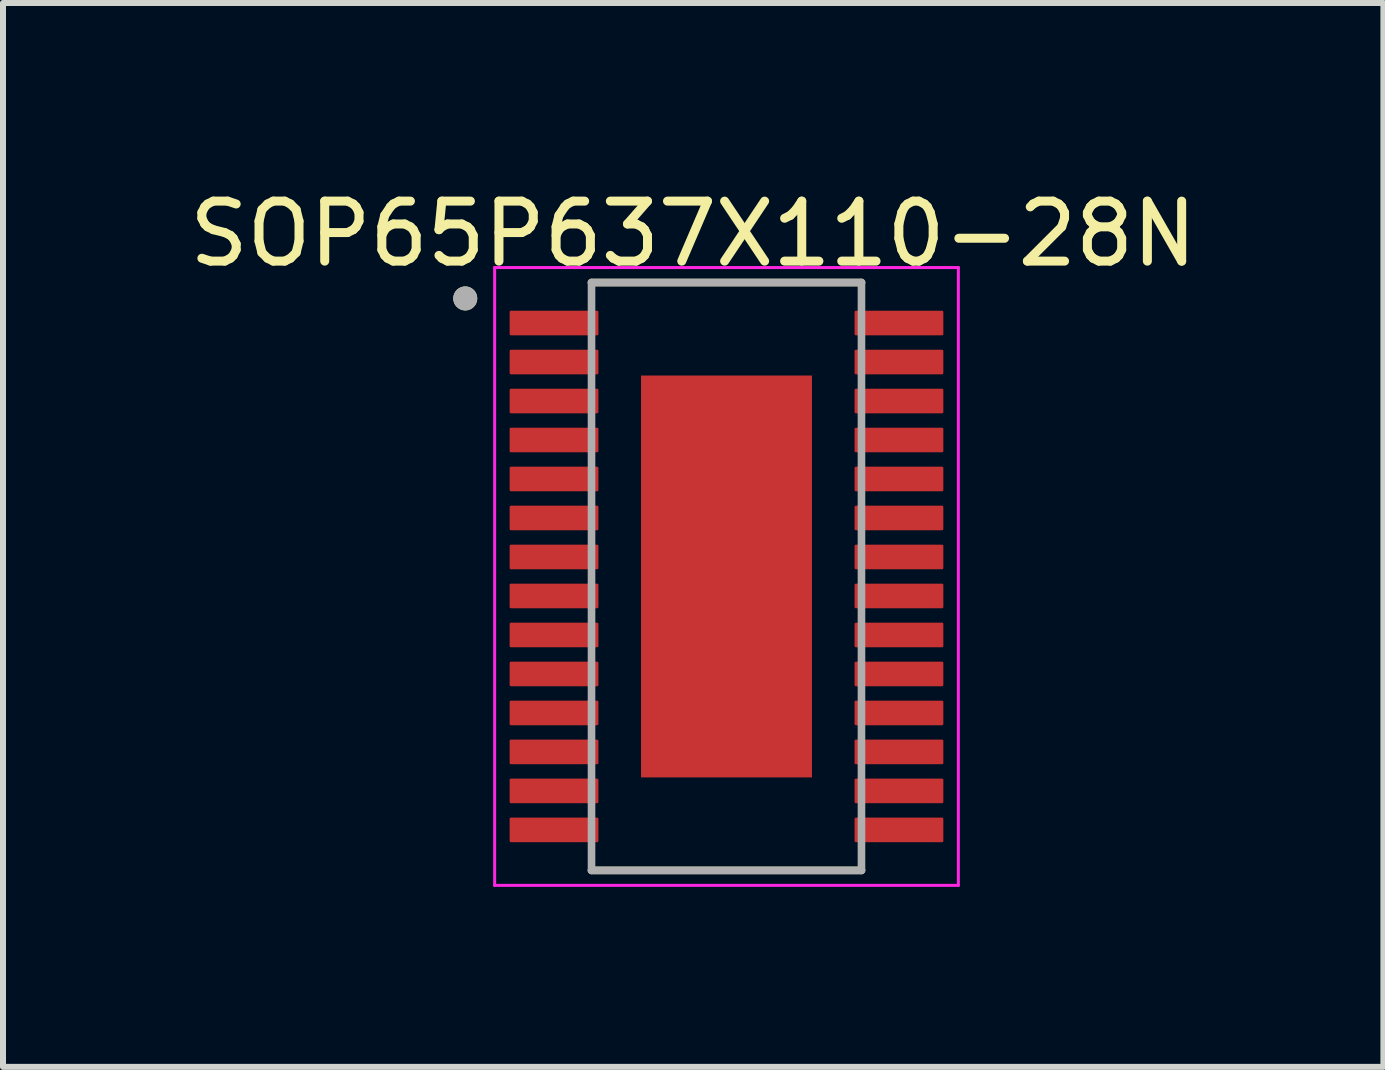
<source format=kicad_pcb>
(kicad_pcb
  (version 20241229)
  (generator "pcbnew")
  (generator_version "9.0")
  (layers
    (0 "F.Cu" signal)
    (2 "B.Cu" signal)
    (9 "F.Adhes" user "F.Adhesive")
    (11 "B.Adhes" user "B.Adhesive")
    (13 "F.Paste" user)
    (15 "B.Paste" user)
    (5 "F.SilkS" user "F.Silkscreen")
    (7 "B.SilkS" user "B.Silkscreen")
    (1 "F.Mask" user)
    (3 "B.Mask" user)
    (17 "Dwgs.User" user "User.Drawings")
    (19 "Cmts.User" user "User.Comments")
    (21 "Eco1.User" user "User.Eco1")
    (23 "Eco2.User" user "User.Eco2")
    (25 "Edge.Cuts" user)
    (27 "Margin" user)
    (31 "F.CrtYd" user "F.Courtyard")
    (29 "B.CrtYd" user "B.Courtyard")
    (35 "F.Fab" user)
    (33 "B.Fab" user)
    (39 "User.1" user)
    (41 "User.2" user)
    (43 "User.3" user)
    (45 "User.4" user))
  (footprint "SOP65P637X110-28N"
    (layer "F.Cu")
    (at 9.061 6.56)
    (property "Reference" "SOP65P637X110-28N" (at -0.555 -5.712 0) (layer "F.SilkS") (effects (font (size 1 1) (thickness 0.15))))
    (attr through_hole)
    (fp_line (start -2.25 -4.9) (end 2.25 -4.9) (stroke (width 0.127) (type solid)) (layer "F.SilkS"))
    (fp_line (start -2.25 4.9) (end 2.25 4.9) (stroke (width 0.127) (type solid)) (layer "F.SilkS"))
    (fp_circle (center -4.355 -4.635) (end -4.255 -4.635) (stroke (width 0.2) (type solid)) (fill no) (layer "F.SilkS"))
    (fp_poly (pts (xy -0.713 -1.675) (xy 0.713 -1.675) (xy 0.713 1.675) (xy -0.713 1.675)) (stroke (width 0.01) (type solid)) (fill yes) (layer "F.Paste"))
    (fp_line (start -3.865 -5.15) (end -3.865 5.15) (stroke (width 0.05) (type solid)) (layer "F.CrtYd"))
    (fp_line (start -3.865 -5.15) (end 3.865 -5.15) (stroke (width 0.05) (type solid)) (layer "F.CrtYd"))
    (fp_line (start -3.865 5.15) (end 3.865 5.15) (stroke (width 0.05) (type solid)) (layer "F.CrtYd"))
    (fp_line (start 3.865 -5.15) (end 3.865 5.15) (stroke (width 0.05) (type solid)) (layer "F.CrtYd"))
    (fp_line (start -2.25 -4.9) (end -2.25 4.9) (stroke (width 0.127) (type solid)) (layer "F.Fab"))
    (fp_line (start -2.25 -4.9) (end 2.25 -4.9) (stroke (width 0.127) (type solid)) (layer "F.Fab"))
    (fp_line (start -2.25 4.9) (end 2.25 4.9) (stroke (width 0.127) (type solid)) (layer "F.Fab"))
    (fp_line (start 2.25 -4.9) (end 2.25 4.9) (stroke (width 0.127) (type solid)) (layer "F.Fab"))
    (fp_circle (center -4.355 -4.635) (end -4.255 -4.635) (stroke (width 0.2) (type solid)) (fill no) (layer "F.Fab"))
    (pad "1" smd roundrect (at -2.875 -4.225) (size 1.48 0.41) (layers "F.Cu" "F.Mask" "F.Paste") (roundrect_rratio 0.05))
    (pad "2" smd roundrect (at -2.875 -3.575) (size 1.48 0.41) (layers "F.Cu" "F.Mask" "F.Paste") (roundrect_rratio 0.05))
    (pad "3" smd roundrect (at -2.875 -2.925) (size 1.48 0.41) (layers "F.Cu" "F.Mask" "F.Paste") (roundrect_rratio 0.05))
    (pad "4" smd roundrect (at -2.875 -2.275) (size 1.48 0.41) (layers "F.Cu" "F.Mask" "F.Paste") (roundrect_rratio 0.05))
    (pad "5" smd roundrect (at -2.875 -1.625) (size 1.48 0.41) (layers "F.Cu" "F.Mask" "F.Paste") (roundrect_rratio 0.05))
    (pad "6" smd roundrect (at -2.875 -0.975) (size 1.48 0.41) (layers "F.Cu" "F.Mask" "F.Paste") (roundrect_rratio 0.05))
    (pad "7" smd roundrect (at -2.875 -0.325) (size 1.48 0.41) (layers "F.Cu" "F.Mask" "F.Paste") (roundrect_rratio 0.05))
    (pad "8" smd roundrect (at -2.875 0.325) (size 1.48 0.41) (layers "F.Cu" "F.Mask" "F.Paste") (roundrect_rratio 0.05))
    (pad "9" smd roundrect (at -2.875 0.975) (size 1.48 0.41) (layers "F.Cu" "F.Mask" "F.Paste") (roundrect_rratio 0.05))
    (pad "10" smd roundrect (at -2.875 1.625) (size 1.48 0.41) (layers "F.Cu" "F.Mask" "F.Paste") (roundrect_rratio 0.05))
    (pad "11" smd roundrect (at -2.875 2.275) (size 1.48 0.41) (layers "F.Cu" "F.Mask" "F.Paste") (roundrect_rratio 0.05))
    (pad "12" smd roundrect (at -2.875 2.925) (size 1.48 0.41) (layers "F.Cu" "F.Mask" "F.Paste") (roundrect_rratio 0.05))
    (pad "13" smd roundrect (at -2.875 3.575) (size 1.48 0.41) (layers "F.Cu" "F.Mask" "F.Paste") (roundrect_rratio 0.05))
    (pad "14" smd roundrect (at -2.875 4.225) (size 1.48 0.41) (layers "F.Cu" "F.Mask" "F.Paste") (roundrect_rratio 0.05))
    (pad "15" smd roundrect (at 2.875 4.225) (size 1.48 0.41) (layers "F.Cu" "F.Mask" "F.Paste") (roundrect_rratio 0.05))
    (pad "16" smd roundrect (at 2.875 3.575) (size 1.48 0.41) (layers "F.Cu" "F.Mask" "F.Paste") (roundrect_rratio 0.05))
    (pad "17" smd roundrect (at 2.875 2.925) (size 1.48 0.41) (layers "F.Cu" "F.Mask" "F.Paste") (roundrect_rratio 0.05))
    (pad "18" smd roundrect (at 2.875 2.275) (size 1.48 0.41) (layers "F.Cu" "F.Mask" "F.Paste") (roundrect_rratio 0.05))
    (pad "19" smd roundrect (at 2.875 1.625) (size 1.48 0.41) (layers "F.Cu" "F.Mask" "F.Paste") (roundrect_rratio 0.05))
    (pad "20" smd roundrect (at 2.875 0.975) (size 1.48 0.41) (layers "F.Cu" "F.Mask" "F.Paste") (roundrect_rratio 0.05))
    (pad "21" smd roundrect (at 2.875 0.325) (size 1.48 0.41) (layers "F.Cu" "F.Mask" "F.Paste") (roundrect_rratio 0.05))
    (pad "22" smd roundrect (at 2.875 -0.325) (size 1.48 0.41) (layers "F.Cu" "F.Mask" "F.Paste") (roundrect_rratio 0.05))
    (pad "23" smd roundrect (at 2.875 -0.975) (size 1.48 0.41) (layers "F.Cu" "F.Mask" "F.Paste") (roundrect_rratio 0.05))
    (pad "24" smd roundrect (at 2.875 -1.625) (size 1.48 0.41) (layers "F.Cu" "F.Mask" "F.Paste") (roundrect_rratio 0.05))
    (pad "25" smd roundrect (at 2.875 -2.275) (size 1.48 0.41) (layers "F.Cu" "F.Mask" "F.Paste") (roundrect_rratio 0.05))
    (pad "26" smd roundrect (at 2.875 -2.925) (size 1.48 0.41) (layers "F.Cu" "F.Mask" "F.Paste") (roundrect_rratio 0.05))
    (pad "27" smd roundrect (at 2.875 -3.575) (size 1.48 0.41) (layers "F.Cu" "F.Mask" "F.Paste") (roundrect_rratio 0.05))
    (pad "28" smd roundrect (at 2.875 -4.225) (size 1.48 0.41) (layers "F.Cu" "F.Mask" "F.Paste") (roundrect_rratio 0.05))
    (pad "29" smd rect (at 0 0) (size 2.85 6.7) (layers "F.Cu" "F.Mask")))
  (gr_rect
    (start -3 -3)
    (end 20.012 14.735)
    (stroke (width 0.1) (type default))
    (fill no)
    (layer "Edge.Cuts")))
</source>
